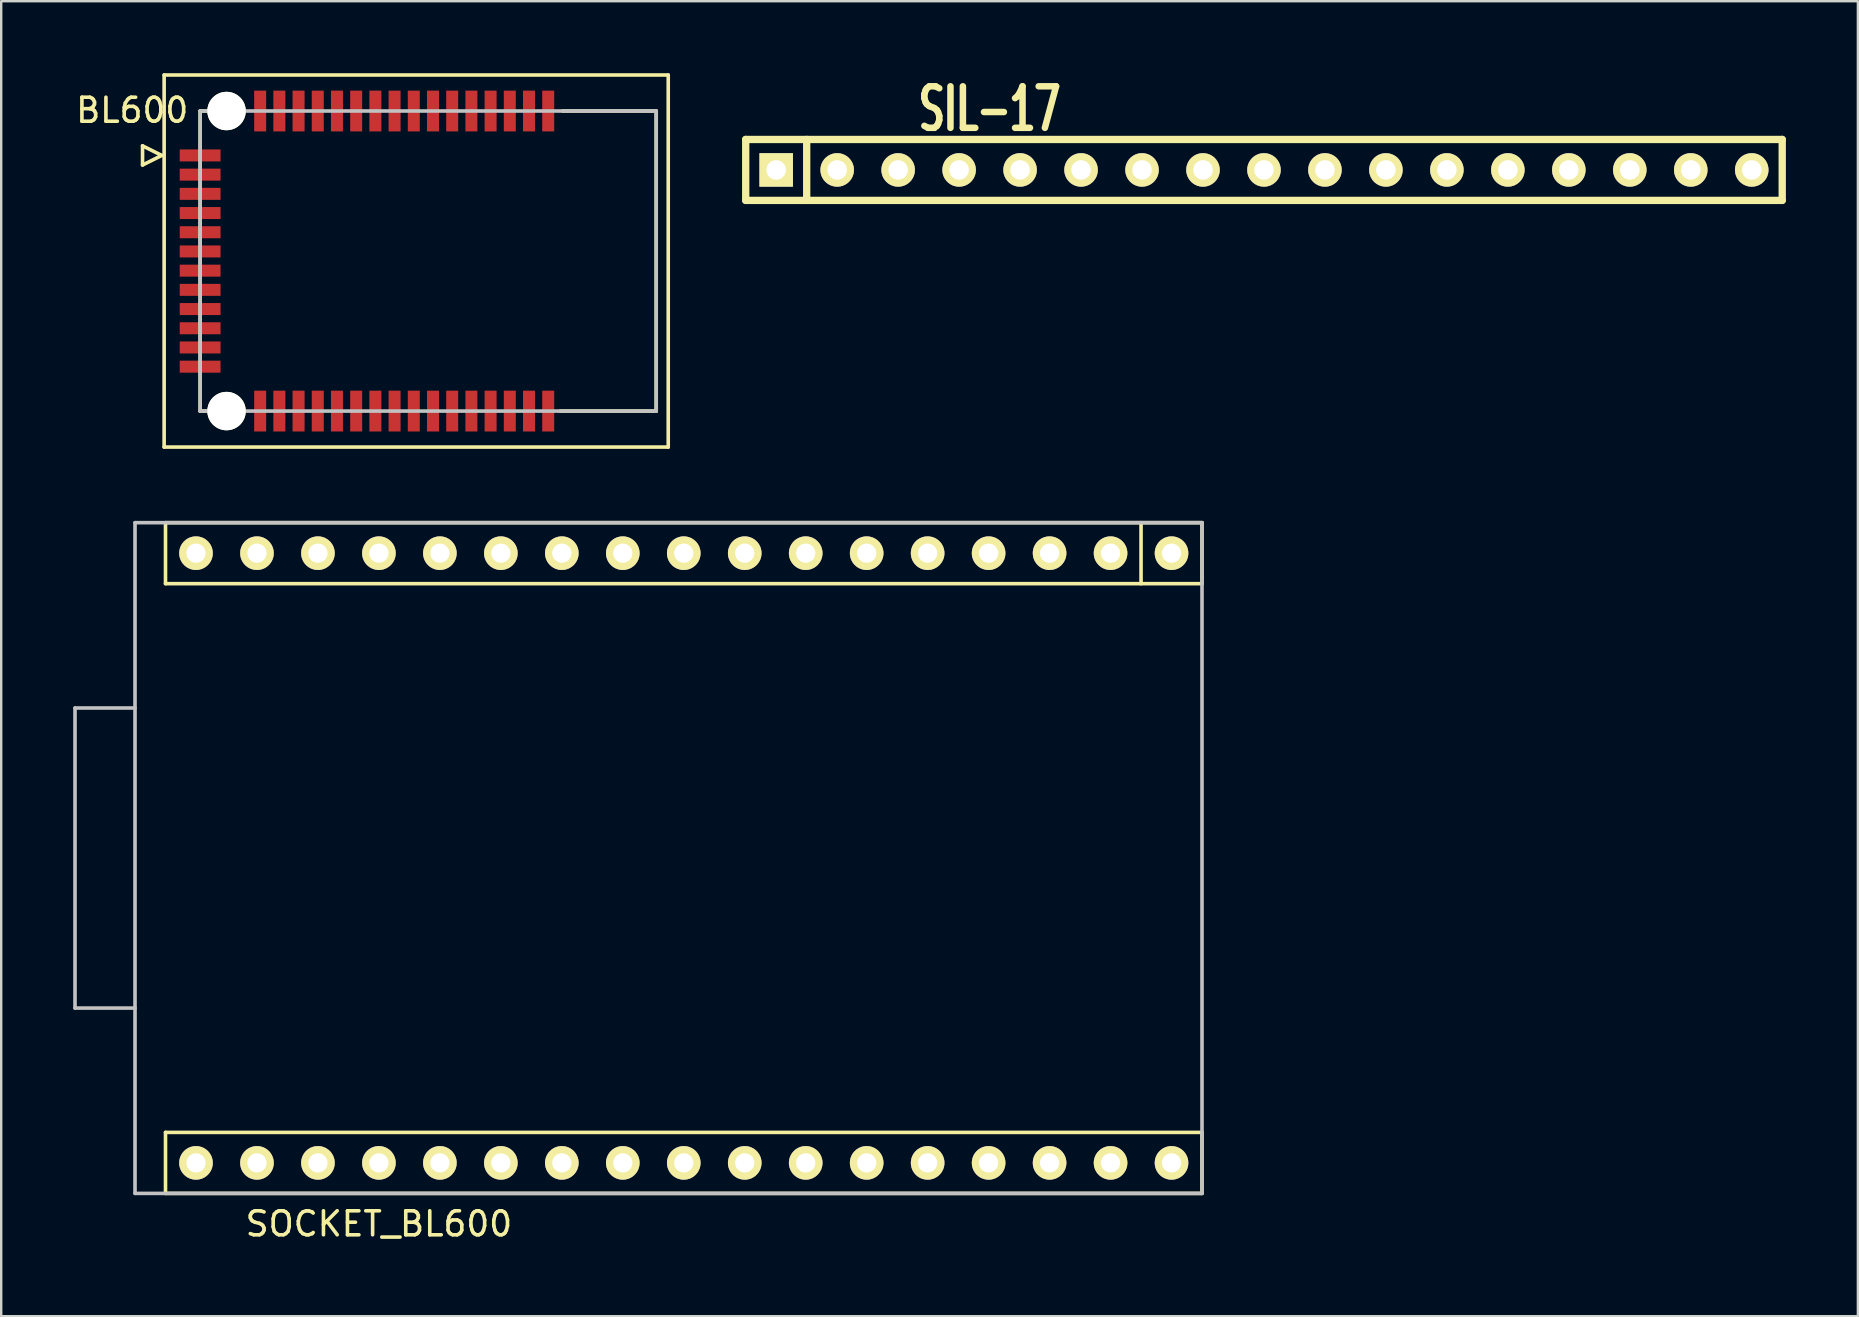
<source format=kicad_pcb>
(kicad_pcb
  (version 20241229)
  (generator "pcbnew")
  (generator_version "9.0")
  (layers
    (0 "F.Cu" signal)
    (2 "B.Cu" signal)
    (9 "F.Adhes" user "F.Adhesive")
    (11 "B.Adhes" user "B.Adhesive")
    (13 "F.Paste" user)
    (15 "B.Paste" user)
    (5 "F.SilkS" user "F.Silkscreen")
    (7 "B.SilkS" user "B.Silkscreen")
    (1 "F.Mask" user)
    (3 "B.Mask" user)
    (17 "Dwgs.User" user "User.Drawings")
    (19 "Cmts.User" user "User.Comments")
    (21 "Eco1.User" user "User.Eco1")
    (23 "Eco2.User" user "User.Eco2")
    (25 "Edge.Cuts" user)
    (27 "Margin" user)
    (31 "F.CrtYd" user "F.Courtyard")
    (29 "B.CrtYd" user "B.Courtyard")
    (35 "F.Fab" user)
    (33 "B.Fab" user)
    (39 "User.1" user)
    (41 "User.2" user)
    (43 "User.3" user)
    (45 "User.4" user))
  (footprint "BL600"
    (layer "F.Cu")
    (at 5.288 14.075)
    (property "Reference" "BL600" (at -2.83 -12.53 0) (layer "F.SilkS") (effects (font (size 1 1) (thickness 0.15))))
    (attr through_hole)
    (fp_line (start -2.4 -11.05) (end -1.6 -10.65) (stroke (width 0.15) (type solid)) (layer "F.SilkS"))
    (fp_line (start -2.4 -10.25) (end -2.4 -11.05) (stroke (width 0.15) (type solid)) (layer "F.SilkS"))
    (fp_line (start -1.6 -10.65) (end -2.4 -10.25) (stroke (width 0.15) (type solid)) (layer "F.SilkS"))
    (fp_line (start -1.5 -14) (end 19.5 -14) (stroke (width 0.15) (type solid)) (layer "F.SilkS"))
    (fp_line (start -1.5 1.5) (end -1.5 -14) (stroke (width 0.15) (type solid)) (layer "F.SilkS"))
    (fp_line (start 0 -12.5) (end 0 0) (stroke (width 0.15) (type solid)) (layer "F.SilkS"))
    (fp_line (start 0 -12.5) (end 1.8 -12.5) (stroke (width 0.15) (type solid)) (layer "F.SilkS"))
    (fp_line (start 0 0) (end 1.8 0) (stroke (width 0.15) (type solid)) (layer "F.SilkS"))
    (fp_line (start 15 0) (end 19 0) (stroke (width 0.15) (type solid)) (layer "F.SilkS"))
    (fp_line (start 19 -12.5) (end 15.1 -12.5) (stroke (width 0.15) (type solid)) (layer "F.SilkS"))
    (fp_line (start 19 0) (end 19 -12.5) (stroke (width 0.15) (type solid)) (layer "F.SilkS"))
    (fp_line (start 19.5 -14) (end 19.5 1.5) (stroke (width 0.15) (type solid)) (layer "F.SilkS"))
    (fp_line (start 19.5 1.5) (end -1.5 1.5) (stroke (width 0.15) (type solid)) (layer "F.SilkS"))
    (fp_line (start 0 -12.5) (end 0 0) (stroke (width 0.15) (type solid)) (layer "Dwgs.User"))
    (fp_line (start 0 0) (end 19 0) (stroke (width 0.15) (type solid)) (layer "Dwgs.User"))
    (fp_line (start 19 -12.5) (end 0 -12.5) (stroke (width 0.15) (type solid)) (layer "Dwgs.User"))
    (fp_line (start 19 0) (end 19 -12.5) (stroke (width 0.15) (type solid)) (layer "Dwgs.User"))
    (fp_line (start 15 -8) (end 15 0) (stroke (width 0.15) (type solid)) (layer "Eco1.User"))
    (fp_line (start 15 -8) (end 19 0) (stroke (width 0.15) (type solid)) (layer "Eco1.User"))
    (fp_line (start 15 0) (end 19 -8) (stroke (width 0.15) (type solid)) (layer "Eco1.User"))
    (fp_line (start 15 0) (end 19 0) (stroke (width 0.15) (type solid)) (layer "Eco1.User"))
    (fp_line (start 19 -8) (end 15 -8) (stroke (width 0.15) (type solid)) (layer "Eco1.User"))
    (fp_line (start 19 0) (end 19 -8) (stroke (width 0.15) (type solid)) (layer "Eco1.User"))
    (pad "" np_thru_hole circle (at 1.1 -12.5) (size 1.6 1.6) (drill 1.6) (layers "*.Cu" "*.Mask" "F.SilkS"))
    (pad "" np_thru_hole circle (at 1.1 0) (size 1.6 1.6) (drill 1.6) (layers "*.Cu" "*.Mask" "F.SilkS"))
    (pad "1" smd rect (at 0 -10.65) (size 1.7 0.5) (layers "F.Cu" "F.Mask" "F.Paste"))
    (pad "2" smd rect (at 0 -9.85) (size 1.7 0.5) (layers "F.Cu" "F.Mask" "F.Paste"))
    (pad "3" smd rect (at 0 -9.05) (size 1.7 0.5) (layers "F.Cu" "F.Mask" "F.Paste"))
    (pad "4" smd rect (at 0 -8.25) (size 1.7 0.5) (layers "F.Cu" "F.Mask" "F.Paste"))
    (pad "5" smd rect (at 0 -7.45) (size 1.7 0.5) (layers "F.Cu" "F.Mask" "F.Paste"))
    (pad "6" smd rect (at 0 -6.65) (size 1.7 0.5) (layers "F.Cu" "F.Mask" "F.Paste"))
    (pad "7" smd rect (at 0 -5.85) (size 1.7 0.5) (layers "F.Cu" "F.Mask" "F.Paste"))
    (pad "8" smd rect (at 0 -5.05) (size 1.7 0.5) (layers "F.Cu" "F.Mask" "F.Paste"))
    (pad "9" smd rect (at 0 -4.25) (size 1.7 0.5) (layers "F.Cu" "F.Mask" "F.Paste"))
    (pad "10" smd rect (at 0 -3.45) (size 1.7 0.5) (layers "F.Cu" "F.Mask" "F.Paste"))
    (pad "11" smd rect (at 0 -2.65) (size 1.7 0.5) (layers "F.Cu" "F.Mask" "F.Paste"))
    (pad "12" smd rect (at 0 -1.85) (size 1.7 0.5) (layers "F.Cu" "F.Mask" "F.Paste"))
    (pad "13" smd rect (at 2.5 0) (size 0.5 1.7) (layers "F.Cu" "F.Mask" "F.Paste"))
    (pad "14" smd rect (at 3.3 0) (size 0.5 1.7) (layers "F.Cu" "F.Mask" "F.Paste"))
    (pad "15" smd rect (at 4.1 0) (size 0.5 1.7) (layers "F.Cu" "F.Mask" "F.Paste"))
    (pad "16" smd rect (at 4.9 0) (size 0.5 1.7) (layers "F.Cu" "F.Mask" "F.Paste"))
    (pad "17" smd rect (at 5.7 0) (size 0.5 1.7) (layers "F.Cu" "F.Mask" "F.Paste"))
    (pad "18" smd rect (at 6.5 0) (size 0.5 1.7) (layers "F.Cu" "F.Mask" "F.Paste"))
    (pad "19" smd rect (at 7.3 0) (size 0.5 1.7) (layers "F.Cu" "F.Mask" "F.Paste"))
    (pad "20" smd rect (at 8.1 0) (size 0.5 1.7) (layers "F.Cu" "F.Mask" "F.Paste"))
    (pad "21" smd rect (at 8.9 0) (size 0.5 1.7) (layers "F.Cu" "F.Mask" "F.Paste"))
    (pad "22" smd rect (at 9.7 0) (size 0.5 1.7) (layers "F.Cu" "F.Mask" "F.Paste"))
    (pad "23" smd rect (at 10.5 0) (size 0.5 1.7) (layers "F.Cu" "F.Mask" "F.Paste"))
    (pad "24" smd rect (at 11.3 0) (size 0.5 1.7) (layers "F.Cu" "F.Mask" "F.Paste"))
    (pad "25" smd rect (at 12.1 0) (size 0.5 1.7) (layers "F.Cu" "F.Mask" "F.Paste"))
    (pad "26" smd rect (at 12.9 0) (size 0.5 1.7) (layers "F.Cu" "F.Mask" "F.Paste"))
    (pad "27" smd rect (at 13.7 0) (size 0.5 1.7) (layers "F.Cu" "F.Mask" "F.Paste"))
    (pad "28" smd rect (at 14.5 0) (size 0.5 1.7) (layers "F.Cu" "F.Mask" "F.Paste"))
    (pad "29" smd rect (at 14.5 -12.5) (size 0.5 1.7) (layers "F.Cu" "F.Mask" "F.Paste"))
    (pad "30" smd rect (at 13.7 -12.5) (size 0.5 1.7) (layers "F.Cu" "F.Mask" "F.Paste"))
    (pad "31" smd rect (at 12.9 -12.5) (size 0.5 1.7) (layers "F.Cu" "F.Mask" "F.Paste"))
    (pad "32" smd rect (at 12.1 -12.5) (size 0.5 1.7) (layers "F.Cu" "F.Mask" "F.Paste"))
    (pad "33" smd rect (at 11.3 -12.5) (size 0.5 1.7) (layers "F.Cu" "F.Mask" "F.Paste"))
    (pad "34" smd rect (at 10.5 -12.5) (size 0.5 1.7) (layers "F.Cu" "F.Mask" "F.Paste"))
    (pad "35" smd rect (at 9.7 -12.5) (size 0.5 1.7) (layers "F.Cu" "F.Mask" "F.Paste"))
    (pad "36" smd rect (at 8.9 -12.5) (size 0.5 1.7) (layers "F.Cu" "F.Mask" "F.Paste"))
    (pad "37" smd rect (at 8.1 -12.5) (size 0.5 1.7) (layers "F.Cu" "F.Mask" "F.Paste"))
    (pad "38" smd rect (at 7.3 -12.5) (size 0.5 1.7) (layers "F.Cu" "F.Mask" "F.Paste"))
    (pad "39" smd rect (at 6.5 -12.5) (size 0.5 1.7) (layers "F.Cu" "F.Mask" "F.Paste"))
    (pad "40" smd rect (at 5.7 -12.5) (size 0.5 1.7) (layers "F.Cu" "F.Mask" "F.Paste"))
    (pad "41" smd rect (at 4.9 -12.5) (size 0.5 1.7) (layers "F.Cu" "F.Mask" "F.Paste"))
    (pad "42" smd rect (at 4.1 -12.5) (size 0.5 1.7) (layers "F.Cu" "F.Mask" "F.Paste"))
    (pad "43" smd rect (at 3.3 -12.5) (size 0.5 1.7) (layers "F.Cu" "F.Mask" "F.Paste"))
    (pad "44" smd rect (at 2.5 -12.5) (size 0.5 1.7) (layers "F.Cu" "F.Mask" "F.Paste")))
  (footprint "SIL-17"
    (layer "F.Cu")
    (at 50.876 4.029)
    (property "Reference" "SIL-17" (at -12.7 -2.54 0) (layer "F.SilkS") (effects (font (size 1.73 1.087) (thickness 0.272))))
    (attr through_hole)
    (fp_line (start -22.86 -1.27) (end 20.32 -1.27) (stroke (width 0.305) (type solid)) (layer "F.SilkS"))
    (fp_line (start -22.86 1.27) (end -22.86 -1.27) (stroke (width 0.305) (type solid)) (layer "F.SilkS"))
    (fp_line (start -20.32 -1.27) (end -20.32 1.27) (stroke (width 0.305) (type solid)) (layer "F.SilkS"))
    (fp_line (start 20.32 -1.27) (end 20.32 1.27) (stroke (width 0.305) (type solid)) (layer "F.SilkS"))
    (fp_line (start 20.32 1.27) (end -22.86 1.27) (stroke (width 0.305) (type solid)) (layer "F.SilkS"))
    (pad "1" thru_hole rect (at -21.59 0) (size 1.397 1.397) (drill 0.813) (layers "*.Cu" "*.Mask" "F.SilkS"))
    (pad "2" thru_hole circle (at -19.05 0) (size 1.397 1.397) (drill 0.813) (layers "*.Cu" "*.Mask" "F.SilkS"))
    (pad "3" thru_hole circle (at -16.51 0) (size 1.397 1.397) (drill 0.813) (layers "*.Cu" "*.Mask" "F.SilkS"))
    (pad "4" thru_hole circle (at -13.97 0) (size 1.397 1.397) (drill 0.813) (layers "*.Cu" "*.Mask" "F.SilkS"))
    (pad "5" thru_hole circle (at -11.43 0) (size 1.397 1.397) (drill 0.813) (layers "*.Cu" "*.Mask" "F.SilkS"))
    (pad "6" thru_hole circle (at -8.89 0) (size 1.397 1.397) (drill 0.813) (layers "*.Cu" "*.Mask" "F.SilkS"))
    (pad "7" thru_hole circle (at -6.35 0) (size 1.397 1.397) (drill 0.813) (layers "*.Cu" "*.Mask" "F.SilkS"))
    (pad "8" thru_hole circle (at -3.81 0) (size 1.397 1.397) (drill 0.813) (layers "*.Cu" "*.Mask" "F.SilkS"))
    (pad "9" thru_hole circle (at -1.27 0) (size 1.397 1.397) (drill 0.813) (layers "*.Cu" "*.Mask" "F.SilkS"))
    (pad "10" thru_hole circle (at 1.27 0) (size 1.397 1.397) (drill 0.813) (layers "*.Cu" "*.Mask" "F.SilkS"))
    (pad "11" thru_hole circle (at 3.81 0) (size 1.397 1.397) (drill 0.813) (layers "*.Cu" "*.Mask" "F.SilkS"))
    (pad "12" thru_hole circle (at 6.35 0) (size 1.397 1.397) (drill 0.813) (layers "*.Cu" "*.Mask" "F.SilkS"))
    (pad "13" thru_hole circle (at 8.89 0) (size 1.397 1.397) (drill 0.813) (layers "*.Cu" "*.Mask" "F.SilkS"))
    (pad "14" thru_hole circle (at 11.43 0) (size 1.397 1.397) (drill 0.813) (layers "*.Cu" "*.Mask" "F.SilkS"))
    (pad "15" thru_hole circle (at 13.97 0) (size 1.397 1.397) (drill 0.813) (layers "*.Cu" "*.Mask" "F.SilkS"))
    (pad "16" thru_hole circle (at 16.51 0) (size 1.397 1.397) (drill 0.813) (layers "*.Cu" "*.Mask" "F.SilkS"))
    (pad "17" thru_hole circle (at 19.05 0) (size 1.397 1.397) (drill 0.813) (layers "*.Cu" "*.Mask" "F.SilkS")))
  (footprint "SOCKET_BL600"
    (layer "F.Cu")
    (at 2.575 32.695)
    (property "Reference" "SOCKET_BL600" (at 10.16 15.24 0) (layer "F.SilkS") (effects (font (size 1 1) (thickness 0.15))))
    (attr through_hole)
    (fp_line (start 1.27 -13.97) (end 1.27 -11.43) (stroke (width 0.15) (type solid)) (layer "F.SilkS"))
    (fp_line (start 1.27 -11.43) (end 44.45 -11.43) (stroke (width 0.15) (type solid)) (layer "F.SilkS"))
    (fp_line (start 1.27 11.43) (end 1.27 13.97) (stroke (width 0.15) (type solid)) (layer "F.SilkS"))
    (fp_line (start 1.27 13.97) (end 44.45 13.97) (stroke (width 0.15) (type solid)) (layer "F.SilkS"))
    (fp_line (start 41.91 -13.97) (end 41.91 -11.43) (stroke (width 0.15) (type solid)) (layer "F.SilkS"))
    (fp_line (start 44.45 -13.97) (end 1.27 -13.97) (stroke (width 0.15) (type solid)) (layer "F.SilkS"))
    (fp_line (start 44.45 -11.43) (end 44.45 -13.97) (stroke (width 0.15) (type solid)) (layer "F.SilkS"))
    (fp_line (start 44.45 11.43) (end 1.27 11.43) (stroke (width 0.15) (type solid)) (layer "F.SilkS"))
    (fp_line (start 44.45 13.97) (end 44.45 11.43) (stroke (width 0.15) (type solid)) (layer "F.SilkS"))
    (fp_line (start -2.5 -6.25) (end 0 -6.25) (stroke (width 0.15) (type solid)) (layer "Dwgs.User"))
    (fp_line (start -2.5 6.25) (end -2.5 -6.25) (stroke (width 0.15) (type solid)) (layer "Dwgs.User"))
    (fp_line (start -2.5 6.25) (end 0 6.25) (stroke (width 0.15) (type solid)) (layer "Dwgs.User"))
    (fp_line (start 0 -13.97) (end 44.45 -13.97) (stroke (width 0.15) (type solid)) (layer "Dwgs.User"))
    (fp_line (start 0 13.97) (end 0 -13.97) (stroke (width 0.15) (type solid)) (layer "Dwgs.User"))
    (fp_line (start 44.45 -13.97) (end 44.45 13.97) (stroke (width 0.15) (type solid)) (layer "Dwgs.User"))
    (fp_line (start 44.45 13.97) (end 0 13.97) (stroke (width 0.15) (type solid)) (layer "Dwgs.User"))
    (pad "1" thru_hole circle (at 43.18 -12.7) (size 1.4 1.4) (drill 0.8) (layers "*.Cu" "*.Mask" "F.SilkS"))
    (pad "2" thru_hole circle (at 40.64 -12.7) (size 1.4 1.4) (drill 0.8) (layers "*.Cu" "*.Mask" "F.SilkS"))
    (pad "3" thru_hole circle (at 38.1 -12.7) (size 1.4 1.4) (drill 0.8) (layers "*.Cu" "*.Mask" "F.SilkS"))
    (pad "4" thru_hole circle (at 35.56 -12.7) (size 1.4 1.4) (drill 0.8) (layers "*.Cu" "*.Mask" "F.SilkS"))
    (pad "5" thru_hole circle (at 33.02 -12.7) (size 1.4 1.4) (drill 0.8) (layers "*.Cu" "*.Mask" "F.SilkS"))
    (pad "6" thru_hole circle (at 30.48 -12.7) (size 1.4 1.4) (drill 0.8) (layers "*.Cu" "*.Mask" "F.SilkS"))
    (pad "7" thru_hole circle (at 27.94 -12.7) (size 1.4 1.4) (drill 0.8) (layers "*.Cu" "*.Mask" "F.SilkS"))
    (pad "8" thru_hole circle (at 25.4 -12.7) (size 1.4 1.4) (drill 0.8) (layers "*.Cu" "*.Mask" "F.SilkS"))
    (pad "9" thru_hole circle (at 22.86 -12.7) (size 1.4 1.4) (drill 0.8) (layers "*.Cu" "*.Mask" "F.SilkS"))
    (pad "10" thru_hole circle (at 20.32 -12.7) (size 1.4 1.4) (drill 0.8) (layers "*.Cu" "*.Mask" "F.SilkS"))
    (pad "11" thru_hole circle (at 17.78 -12.7) (size 1.4 1.4) (drill 0.8) (layers "*.Cu" "*.Mask" "F.SilkS"))
    (pad "12" thru_hole circle (at 15.24 -12.7) (size 1.4 1.4) (drill 0.8) (layers "*.Cu" "*.Mask" "F.SilkS"))
    (pad "13" thru_hole circle (at 12.7 -12.7) (size 1.4 1.4) (drill 0.8) (layers "*.Cu" "*.Mask" "F.SilkS"))
    (pad "14" thru_hole circle (at 10.16 -12.7) (size 1.4 1.4) (drill 0.8) (layers "*.Cu" "*.Mask" "F.SilkS"))
    (pad "15" thru_hole circle (at 7.62 -12.7) (size 1.4 1.4) (drill 0.8) (layers "*.Cu" "*.Mask" "F.SilkS"))
    (pad "16" thru_hole circle (at 5.08 -12.7) (size 1.4 1.4) (drill 0.8) (layers "*.Cu" "*.Mask" "F.SilkS"))
    (pad "17" thru_hole circle (at 2.54 -12.7) (size 1.4 1.4) (drill 0.8) (layers "*.Cu" "*.Mask" "F.SilkS"))
    (pad "18" thru_hole circle (at 2.54 12.7) (size 1.4 1.4) (drill 0.8) (layers "*.Cu" "*.Mask" "F.SilkS"))
    (pad "19" thru_hole circle (at 5.08 12.7) (size 1.4 1.4) (drill 0.8) (layers "*.Cu" "*.Mask" "F.SilkS"))
    (pad "20" thru_hole circle (at 7.62 12.7) (size 1.4 1.4) (drill 0.8) (layers "*.Cu" "*.Mask" "F.SilkS"))
    (pad "21" thru_hole circle (at 10.16 12.7) (size 1.4 1.4) (drill 0.8) (layers "*.Cu" "*.Mask" "F.SilkS"))
    (pad "22" thru_hole circle (at 12.7 12.7) (size 1.4 1.4) (drill 0.8) (layers "*.Cu" "*.Mask" "F.SilkS"))
    (pad "23" thru_hole circle (at 15.24 12.7) (size 1.4 1.4) (drill 0.8) (layers "*.Cu" "*.Mask" "F.SilkS"))
    (pad "24" thru_hole circle (at 17.78 12.7) (size 1.4 1.4) (drill 0.8) (layers "*.Cu" "*.Mask" "F.SilkS"))
    (pad "25" thru_hole circle (at 20.32 12.7) (size 1.4 1.4) (drill 0.8) (layers "*.Cu" "*.Mask" "F.SilkS"))
    (pad "26" thru_hole circle (at 22.86 12.7) (size 1.4 1.4) (drill 0.8) (layers "*.Cu" "*.Mask" "F.SilkS"))
    (pad "27" thru_hole circle (at 25.4 12.7) (size 1.4 1.4) (drill 0.8) (layers "*.Cu" "*.Mask" "F.SilkS"))
    (pad "28" thru_hole circle (at 27.94 12.7) (size 1.4 1.4) (drill 0.8) (layers "*.Cu" "*.Mask" "F.SilkS"))
    (pad "29" thru_hole circle (at 30.48 12.7) (size 1.4 1.4) (drill 0.8) (layers "*.Cu" "*.Mask" "F.SilkS"))
    (pad "30" thru_hole circle (at 33.02 12.7) (size 1.4 1.4) (drill 0.8) (layers "*.Cu" "*.Mask" "F.SilkS"))
    (pad "31" thru_hole circle (at 35.56 12.7) (size 1.4 1.4) (drill 0.8) (layers "*.Cu" "*.Mask" "F.SilkS"))
    (pad "32" thru_hole circle (at 38.1 12.7) (size 1.4 1.4) (drill 0.8) (layers "*.Cu" "*.Mask" "F.SilkS"))
    (pad "33" thru_hole circle (at 40.64 12.7) (size 1.4 1.4) (drill 0.8) (layers "*.Cu" "*.Mask" "F.SilkS"))
    (pad "34" thru_hole circle (at 43.18 12.7) (size 1.4 1.4) (drill 0.8) (layers "*.Cu" "*.Mask" "F.SilkS")))
  (gr_rect
    (start -3 -3)
    (end 74.348 51.783)
    (stroke (width 0.1) (type default))
    (fill no)
    (layer "Edge.Cuts")))
</source>
